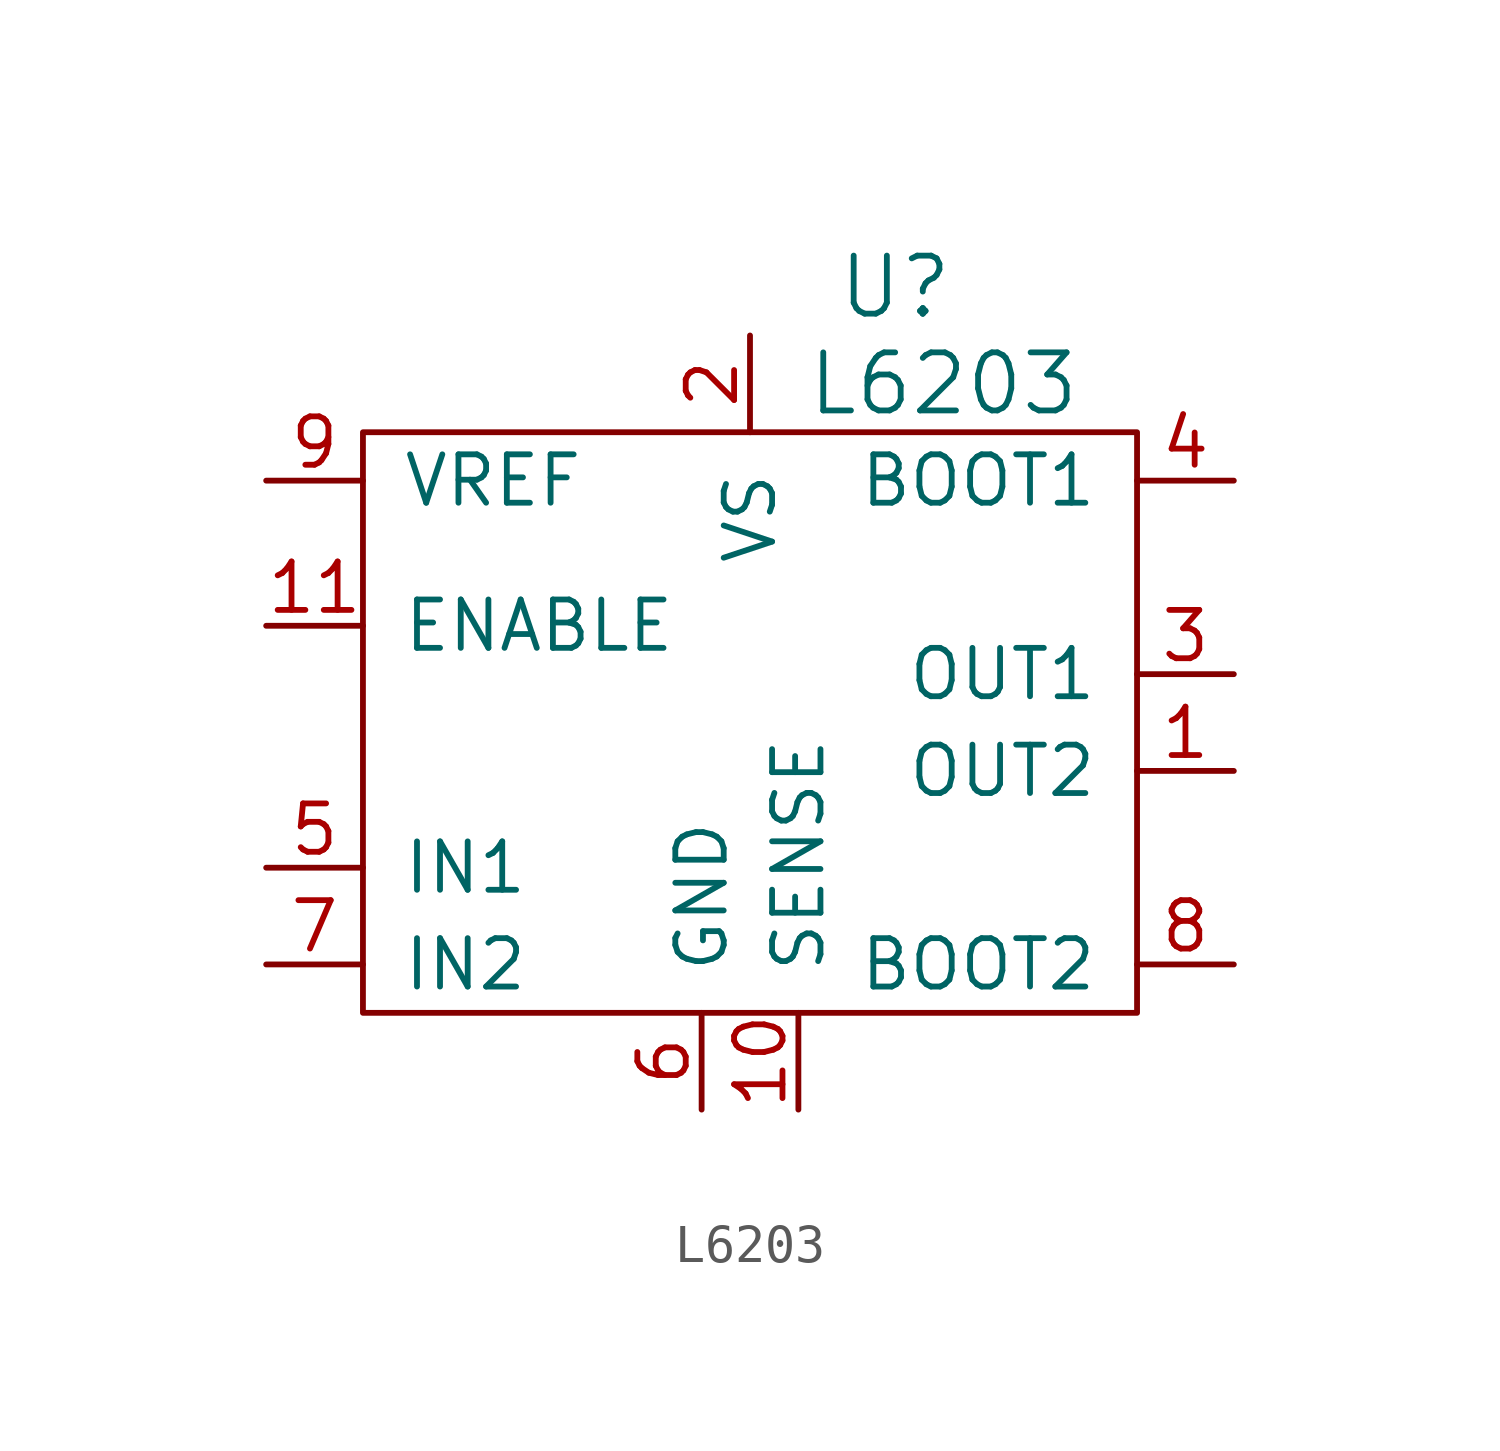
<source format=kicad_sym>
(kicad_symbol_lib
  (version 20220914)
  (generator kicad_symbol_editor)
  (symbol "L6203"
    (pin_names
      (offset 1.016))
    (property "Reference" "U"
      (at 3.81 11.43 0)
      (effects (font (size 1.524 1.524))))
    (property "Value" "L6203"
      (at 5.08 8.89 0)
      (effects (font (size 1.524 1.524))))
    (property "Footprint" ""
      (at 0 0 0)
      (effects (font (size 1.524 1.524))))
    (property "Datasheet" ""
      (at 0 0 0)
      (effects (font (size 1.524 1.524))))
    (symbol "L6203_0_1"
      (rectangle (start -10.16 7.62) (end 10.16 -7.62) (stroke (width 0) (type solid)) (fill (type none))))
    (symbol "L6203_1_1"
      (pin passive line (at 12.7 -1.27 180) (length 2.54) (name "OUT2" (effects (font (size 1.27 1.27)))) (number "1" (effects (font (size 1.27 1.27)))))
      (pin passive line (at 1.27 -10.16 90) (length 2.54) (name "SENSE" (effects (font (size 1.27 1.27)))) (number "10" (effects (font (size 1.27 1.27)))))
      (pin passive line (at -12.7 2.54 0) (length 2.54) (name "ENABLE" (effects (font (size 1.27 1.27)))) (number "11" (effects (font (size 1.27 1.27)))))
      (pin passive line (at 0 10.16 270) (length 2.54) (name "VS" (effects (font (size 1.27 1.27)))) (number "2" (effects (font (size 1.27 1.27)))))
      (pin passive line (at 12.7 1.27 180) (length 2.54) (name "OUT1" (effects (font (size 1.27 1.27)))) (number "3" (effects (font (size 1.27 1.27)))))
      (pin passive line (at 12.7 6.35 180) (length 2.54) (name "BOOT1" (effects (font (size 1.27 1.27)))) (number "4" (effects (font (size 1.27 1.27)))))
      (pin passive line (at -12.7 -3.81 0) (length 2.54) (name "IN1" (effects (font (size 1.27 1.27)))) (number "5" (effects (font (size 1.27 1.27)))))
      (pin passive line (at -1.27 -10.16 90) (length 2.54) (name "GND" (effects (font (size 1.27 1.27)))) (number "6" (effects (font (size 1.27 1.27)))))
      (pin passive line (at -12.7 -6.35 0) (length 2.54) (name "IN2" (effects (font (size 1.27 1.27)))) (number "7" (effects (font (size 1.27 1.27)))))
      (pin passive line (at 12.7 -6.35 180) (length 2.54) (name "BOOT2" (effects (font (size 1.27 1.27)))) (number "8" (effects (font (size 1.27 1.27)))))
      (pin passive line (at -12.7 6.35 0) (length 2.54) (name "VREF" (effects (font (size 1.27 1.27)))) (number "9" (effects (font (size 1.27 1.27))))))))
</source>
